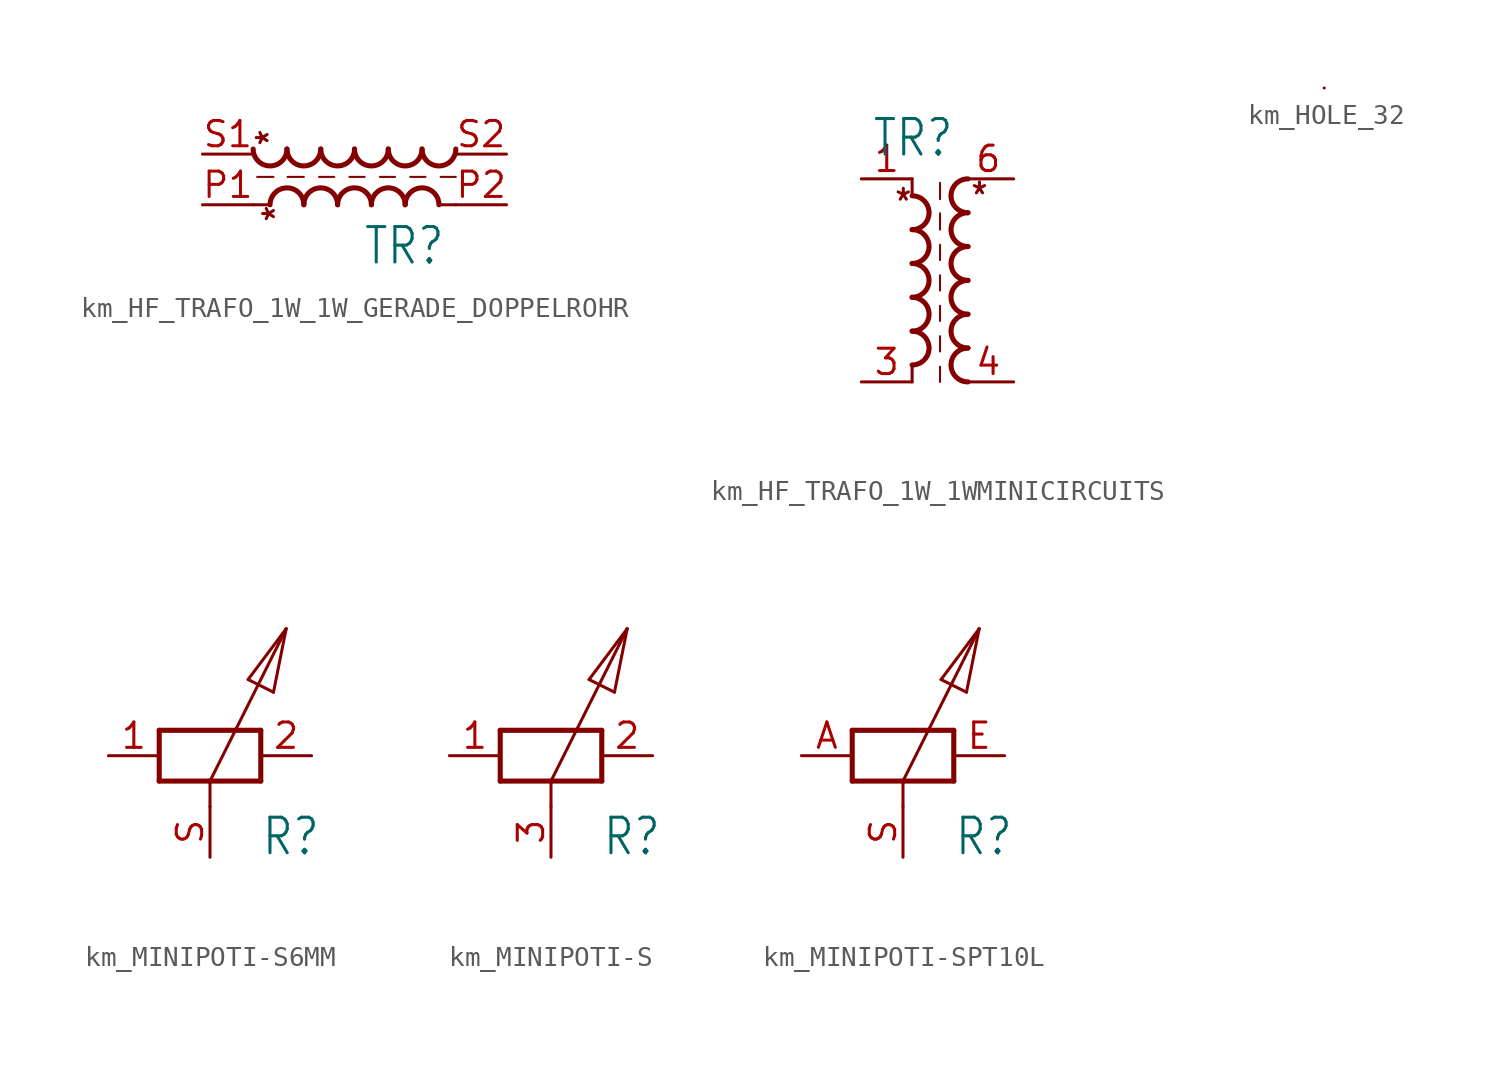
<source format=kicad_sym>
(kicad_symbol_lib
  (version 20231120)
  (generator "kicad_symbol_editor")
  (generator_version "8.0")
  (symbol "km_HF_TRAFO_1W_1W_GERADE_DOPPELROHR"
    (property "Reference" "TR"
      (at 4.572 -1.016 0)
      (effects (font (size 1.778 1.511)) (justify right top)))
    (property "Value" ""
      (at 4.572 5.334 0)
      (effects (font (size 1.778 1.511)) (justify right top)))
    (property "ki_locked" ""
      (at 0 0 0)
      (effects (font (size 1.27 1.27))))
    (symbol "km_HF_TRAFO_1W_1W_GERADE_DOPPELROHR_1_0"
      (arc (start -5.08 2.794) (mid -4.2333 1.9473) (end -3.3866 2.794) (stroke (width 0.254) (type solid)) (fill (type none)))
      (arc (start -3.3866 2.794) (mid -2.5399 1.9473) (end -1.6932 2.794) (stroke (width 0.254) (type solid)) (fill (type none)))
      (arc (start -2.54 0) (mid -3.3867 0.8467) (end -4.2334 0) (stroke (width 0.254) (type solid)) (fill (type none)))
      (arc (start -1.6934 2.794) (mid -0.8467 1.9473) (end 0 2.794) (stroke (width 0.254) (type solid)) (fill (type none)))
      (arc (start -0.8466 0) (mid -1.6933 0.8467) (end -2.54 0) (stroke (width 0.254) (type solid)) (fill (type none)))
      (polyline (pts (xy -5.08 0) (xy -4.318 0)) (stroke (width 0.152) (type solid)) (fill (type none)))
      (polyline (pts (xy -4.064 1.397) (xy -4.88 1.397)) (stroke (width 0.102) (type solid)) (fill (type none)))
      (polyline (pts (xy -2.54 1.397) (xy -3.356 1.397)) (stroke (width 0.102) (type solid)) (fill (type none)))
      (polyline (pts (xy -1.016 1.397) (xy -1.778 1.397)) (stroke (width 0.102) (type solid)) (fill (type none)))
      (polyline (pts (xy 0.508 1.397) (xy -0.254 1.397)) (stroke (width 0.102) (type solid)) (fill (type none)))
      (polyline (pts (xy 2.032 1.397) (xy 1.27 1.397)) (stroke (width 0.102) (type solid)) (fill (type none)))
      (polyline (pts (xy 3.556 1.397) (xy 2.794 1.397)) (stroke (width 0.102) (type solid)) (fill (type none)))
      (polyline (pts (xy 4.318 0) (xy 5.08 0)) (stroke (width 0.152) (type solid)) (fill (type none)))
      (polyline (pts (xy 5.08 1.397) (xy 4.318 1.397)) (stroke (width 0.102) (type solid)) (fill (type none)))
      (arc (start 0 2.794) (mid 0.8467 1.9473) (end 1.6934 2.794) (stroke (width 0.254) (type solid)) (fill (type none)))
      (arc (start 0.8466 0) (mid 0 0.8466) (end -0.8466 0) (stroke (width 0.254) (type solid)) (fill (type none)))
      (arc (start 1.6934 2.794) (mid 2.54 1.9474) (end 3.3866 2.794) (stroke (width 0.254) (type solid)) (fill (type none)))
      (arc (start 2.54 0) (mid 1.6933 0.8467) (end 0.8466 0) (stroke (width 0.254) (type solid)) (fill (type none)))
      (arc (start 3.3866 2.794) (mid 4.2333 1.9473) (end 5.08 2.794) (stroke (width 0.254) (type solid)) (fill (type none)))
      (arc (start 4.2334 0) (mid 3.3867 0.8467) (end 2.54 0) (stroke (width 0.254) (type solid)) (fill (type none)))
      (text "*" (at -3.493 2.857 900) (effects (font (size 1.27 1.079)) (justify left bottom)))
      (text "*" (at -3.175 -0.953 900) (effects (font (size 1.27 1.079)) (justify left bottom)))
      (pin passive line (at -7.62 0 0) (length 2.54) (name "P1" (effects (font (size 0 0)))) (number "P1" (effects (font (size 1.27 1.27)))))
      (pin passive line (at 7.62 0 180) (length 2.54) (name "P2" (effects (font (size 0 0)))) (number "P2" (effects (font (size 1.27 1.27)))))
      (pin passive line (at -7.62 2.54 0) (length 2.54) (name "S1" (effects (font (size 0 0)))) (number "S1" (effects (font (size 1.27 1.27)))))
      (pin passive line (at 7.62 2.54 180) (length 2.54) (name "S2" (effects (font (size 0 0)))) (number "S2" (effects (font (size 1.27 1.27)))))))
  (symbol "km_HF_TRAFO_1W_1WMINICIRCUITS"
    (property "Reference" "TR"
      (at -4.572 6.096 0)
      (effects (font (size 1.778 1.511)) (justify left bottom)))
    (property "Value" ""
      (at -4.572 -7.874 0)
      (effects (font (size 1.778 1.511)) (justify left bottom)))
    (property "ki_locked" ""
      (at 0 0 0)
      (effects (font (size 1.27 1.27))))
    (symbol "km_HF_TRAFO_1W_1WMINICIRCUITS_1_0"
      (arc (start -2.54 -4.2334) (mid -1.6933 -3.3867) (end -2.54 -2.54) (stroke (width 0.254) (type solid)) (fill (type none)))
      (arc (start -2.54 -2.54) (mid -1.6933 -1.6933) (end -2.54 -0.8466) (stroke (width 0.254) (type solid)) (fill (type none)))
      (arc (start -2.54 -0.8466) (mid -1.6934 0) (end -2.54 0.8466) (stroke (width 0.254) (type solid)) (fill (type none)))
      (arc (start -2.54 0.8466) (mid -1.6933 1.6933) (end -2.54 2.54) (stroke (width 0.254) (type solid)) (fill (type none)))
      (arc (start -2.54 2.54) (mid -1.6933 3.3867) (end -2.54 4.2334) (stroke (width 0.254) (type solid)) (fill (type none)))
      (polyline (pts (xy -2.54 -4.318) (xy -2.54 -5.08)) (stroke (width 0.152) (type solid)) (fill (type none)))
      (polyline (pts (xy -2.54 5.08) (xy -2.54 4.318)) (stroke (width 0.152) (type solid)) (fill (type none)))
      (polyline (pts (xy -1.143 -5.08) (xy -1.143 -4.318)) (stroke (width 0.102) (type solid)) (fill (type none)))
      (polyline (pts (xy -1.143 -3.556) (xy -1.143 -2.794)) (stroke (width 0.102) (type solid)) (fill (type none)))
      (polyline (pts (xy -1.143 -2.032) (xy -1.143 -1.27)) (stroke (width 0.102) (type solid)) (fill (type none)))
      (polyline (pts (xy -1.143 -0.508) (xy -1.143 0.254)) (stroke (width 0.102) (type solid)) (fill (type none)))
      (polyline (pts (xy -1.143 1.016) (xy -1.143 1.778)) (stroke (width 0.102) (type solid)) (fill (type none)))
      (polyline (pts (xy -1.143 2.54) (xy -1.143 3.356)) (stroke (width 0.102) (type solid)) (fill (type none)))
      (polyline (pts (xy -1.143 4.064) (xy -1.143 4.88)) (stroke (width 0.102) (type solid)) (fill (type none)))
      (arc (start 0.254 -3.3866) (mid -0.5927 -4.2333) (end 0.254 -5.08) (stroke (width 0.254) (type solid)) (fill (type none)))
      (arc (start 0.254 -1.6934) (mid -0.5926 -2.54) (end 0.254 -3.3866) (stroke (width 0.254) (type solid)) (fill (type none)))
      (arc (start 0.254 0) (mid -0.5927 -0.8467) (end 0.254 -1.6934) (stroke (width 0.254) (type solid)) (fill (type none)))
      (arc (start 0.254 1.6934) (mid -0.5927 0.8467) (end 0.254 0) (stroke (width 0.254) (type solid)) (fill (type none)))
      (arc (start 0.254 3.3866) (mid -0.5927 2.5399) (end 0.254 1.6932) (stroke (width 0.254) (type solid)) (fill (type none)))
      (arc (start 0.254 5.08) (mid -0.5927 4.2333) (end 0.254 3.3866) (stroke (width 0.254) (type solid)) (fill (type none)))
      (text "*" (at -3.493 3.175 0) (effects (font (size 1.27 1.079)) (justify left bottom)))
      (text "*" (at 0.318 3.493 0) (effects (font (size 1.27 1.079)) (justify left bottom)))
      (pin passive line (at -5.08 5.08 0) (length 2.54) (name "P1" (effects (font (size 0 0)))) (number "1" (effects (font (size 1.27 1.27)))))
      (pin passive line (at -5.08 -5.08 0) (length 2.54) (name "P2" (effects (font (size 0 0)))) (number "3" (effects (font (size 1.27 1.27)))))
      (pin passive line (at 2.54 -5.08 180) (length 2.54) (name "S2" (effects (font (size 0 0)))) (number "4" (effects (font (size 1.27 1.27)))))
      (pin passive line (at 2.54 5.08 180) (length 2.54) (name "S1" (effects (font (size 0 0)))) (number "6" (effects (font (size 1.27 1.27)))))))
  (symbol "km_HOLE_32"
    (property "Reference" "H"
      (at 0 0 0)
      (effects (font (size 1.27 1.27)) (hide yes)))
    (property "ki_locked" ""
      (at 0 0 0)
      (effects (font (size 1.27 1.27))))
    (symbol "km_HOLE_32_1_0"
      (pin bidirectional line (at 0 0 0) (length 0) (name "P$1" (effects (font (size 0 0)))) (number "P$1" (effects (font (size 0 0)))))))
  (symbol "km_MINIPOTI-S6MM"
    (property "Reference" "R"
      (at 2.54 -5.08 0)
      (effects (font (size 1.778 1.511)) (justify left bottom)))
    (property "Value" ""
      (at 2.54 -7.62 0)
      (effects (font (size 1.778 1.511)) (justify left bottom)))
    (property "ki_locked" ""
      (at 0 0 0)
      (effects (font (size 1.27 1.27))))
    (symbol "km_MINIPOTI-S6MM_1_0"
      (polyline (pts (xy -2.54 -1.27) (xy 0 -1.27)) (stroke (width 0.254) (type solid)) (fill (type none)))
      (polyline (pts (xy -2.54 1.27) (xy -2.54 -1.27)) (stroke (width 0.254) (type solid)) (fill (type none)))
      (polyline (pts (xy 0 -1.27) (xy 0 -2.54)) (stroke (width 0.152) (type solid)) (fill (type none)))
      (polyline (pts (xy 0 -1.27) (xy 2.54 -1.27)) (stroke (width 0.254) (type solid)) (fill (type none)))
      (polyline (pts (xy 0 -1.27) (xy 3.81 6.35)) (stroke (width 0.152) (type solid)) (fill (type none)))
      (polyline (pts (xy 1.905 3.81) (xy 3.81 6.35)) (stroke (width 0.152) (type solid)) (fill (type none)))
      (polyline (pts (xy 2.54 -1.27) (xy 2.54 1.27)) (stroke (width 0.254) (type solid)) (fill (type none)))
      (polyline (pts (xy 2.54 1.27) (xy -2.54 1.27)) (stroke (width 0.254) (type solid)) (fill (type none)))
      (polyline (pts (xy 3.175 3.175) (xy 1.905 3.81)) (stroke (width 0.152) (type solid)) (fill (type none)))
      (polyline (pts (xy 3.81 6.35) (xy 3.175 3.175)) (stroke (width 0.152) (type solid)) (fill (type none)))
      (pin passive line (at -5.08 0 0) (length 2.54) (name "1" (effects (font (size 0 0)))) (number "1" (effects (font (size 1.27 1.27)))))
      (pin passive line (at 5.08 0 180) (length 2.54) (name "2" (effects (font (size 0 0)))) (number "2" (effects (font (size 1.27 1.27)))))
      (pin passive line (at 0 -5.08 90) (length 2.54) (name "3" (effects (font (size 0 0)))) (number "S" (effects (font (size 1.27 1.27)))))))
  (symbol "km_MINIPOTI-S"
    (property "Reference" "R"
      (at 2.54 -5.08 0)
      (effects (font (size 1.778 1.511)) (justify left bottom)))
    (property "Value" ""
      (at 2.54 -7.62 0)
      (effects (font (size 1.778 1.511)) (justify left bottom)))
    (property "ki_locked" ""
      (at 0 0 0)
      (effects (font (size 1.27 1.27))))
    (symbol "km_MINIPOTI-S_1_0"
      (polyline (pts (xy -2.54 -1.27) (xy 0 -1.27)) (stroke (width 0.254) (type solid)) (fill (type none)))
      (polyline (pts (xy -2.54 1.27) (xy -2.54 -1.27)) (stroke (width 0.254) (type solid)) (fill (type none)))
      (polyline (pts (xy 0 -1.27) (xy 0 -2.54)) (stroke (width 0.152) (type solid)) (fill (type none)))
      (polyline (pts (xy 0 -1.27) (xy 2.54 -1.27)) (stroke (width 0.254) (type solid)) (fill (type none)))
      (polyline (pts (xy 0 -1.27) (xy 3.81 6.35)) (stroke (width 0.152) (type solid)) (fill (type none)))
      (polyline (pts (xy 1.905 3.81) (xy 3.81 6.35)) (stroke (width 0.152) (type solid)) (fill (type none)))
      (polyline (pts (xy 2.54 -1.27) (xy 2.54 1.27)) (stroke (width 0.254) (type solid)) (fill (type none)))
      (polyline (pts (xy 2.54 1.27) (xy -2.54 1.27)) (stroke (width 0.254) (type solid)) (fill (type none)))
      (polyline (pts (xy 3.175 3.175) (xy 1.905 3.81)) (stroke (width 0.152) (type solid)) (fill (type none)))
      (polyline (pts (xy 3.81 6.35) (xy 3.175 3.175)) (stroke (width 0.152) (type solid)) (fill (type none)))
      (pin passive line (at -5.08 0 0) (length 2.54) (name "1" (effects (font (size 0 0)))) (number "1" (effects (font (size 1.27 1.27)))))
      (pin passive line (at 5.08 0 180) (length 2.54) (name "2" (effects (font (size 0 0)))) (number "2" (effects (font (size 1.27 1.27)))))
      (pin passive line (at 0 -5.08 90) (length 2.54) (name "3" (effects (font (size 0 0)))) (number "3" (effects (font (size 1.27 1.27)))))))
  (symbol "km_MINIPOTI-SPT10L"
    (property "Reference" "R"
      (at 2.54 -5.08 0)
      (effects (font (size 1.778 1.511)) (justify left bottom)))
    (property "Value" ""
      (at 2.54 -7.62 0)
      (effects (font (size 1.778 1.511)) (justify left bottom)))
    (property "ki_locked" ""
      (at 0 0 0)
      (effects (font (size 1.27 1.27))))
    (symbol "km_MINIPOTI-SPT10L_1_0"
      (polyline (pts (xy -2.54 -1.27) (xy 0 -1.27)) (stroke (width 0.254) (type solid)) (fill (type none)))
      (polyline (pts (xy -2.54 1.27) (xy -2.54 -1.27)) (stroke (width 0.254) (type solid)) (fill (type none)))
      (polyline (pts (xy 0 -1.27) (xy 0 -2.54)) (stroke (width 0.152) (type solid)) (fill (type none)))
      (polyline (pts (xy 0 -1.27) (xy 2.54 -1.27)) (stroke (width 0.254) (type solid)) (fill (type none)))
      (polyline (pts (xy 0 -1.27) (xy 3.81 6.35)) (stroke (width 0.152) (type solid)) (fill (type none)))
      (polyline (pts (xy 1.905 3.81) (xy 3.81 6.35)) (stroke (width 0.152) (type solid)) (fill (type none)))
      (polyline (pts (xy 2.54 -1.27) (xy 2.54 1.27)) (stroke (width 0.254) (type solid)) (fill (type none)))
      (polyline (pts (xy 2.54 1.27) (xy -2.54 1.27)) (stroke (width 0.254) (type solid)) (fill (type none)))
      (polyline (pts (xy 3.175 3.175) (xy 1.905 3.81)) (stroke (width 0.152) (type solid)) (fill (type none)))
      (polyline (pts (xy 3.81 6.35) (xy 3.175 3.175)) (stroke (width 0.152) (type solid)) (fill (type none)))
      (pin passive line (at -5.08 0 0) (length 2.54) (name "1" (effects (font (size 0 0)))) (number "A" (effects (font (size 1.27 1.27)))))
      (pin passive line (at 5.08 0 180) (length 2.54) (name "2" (effects (font (size 0 0)))) (number "E" (effects (font (size 1.27 1.27)))))
      (pin passive line (at 0 -5.08 90) (length 2.54) (name "3" (effects (font (size 0 0)))) (number "S" (effects (font (size 1.27 1.27))))))))
</source>
